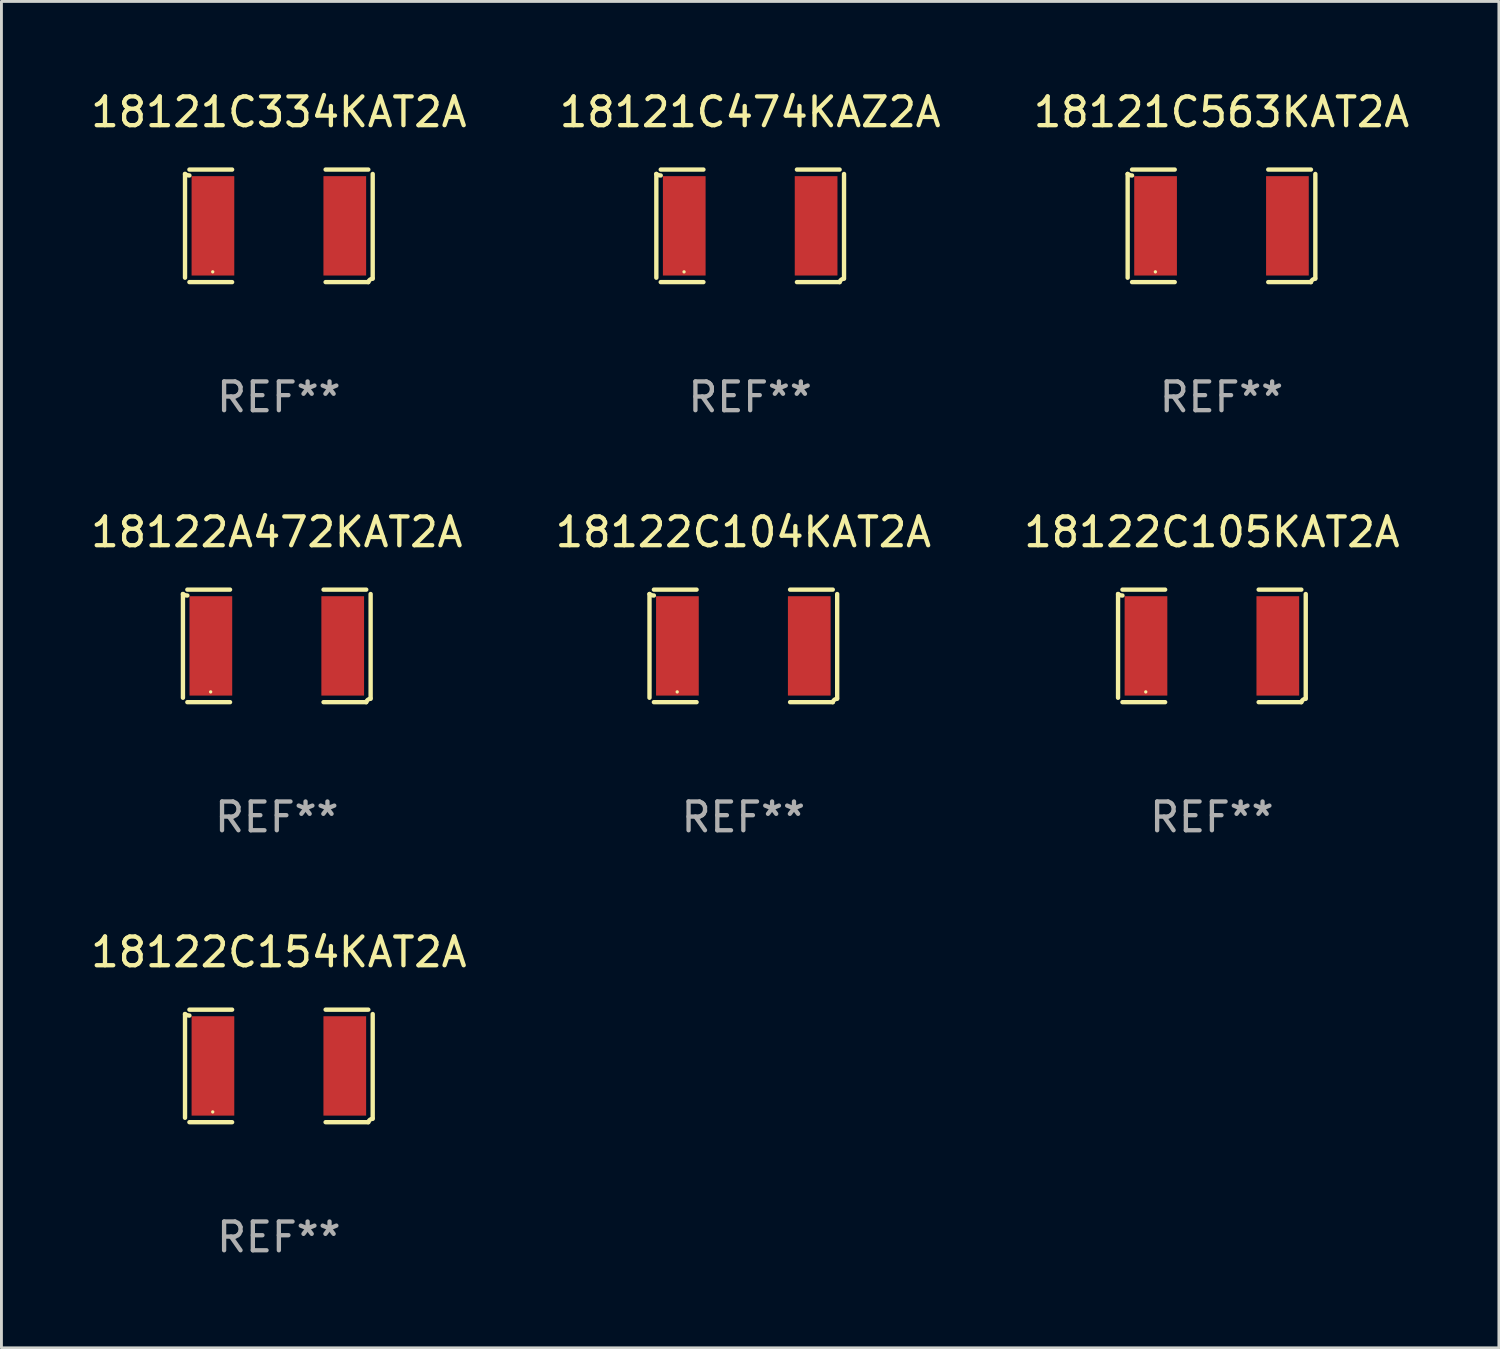
<source format=kicad_pcb>
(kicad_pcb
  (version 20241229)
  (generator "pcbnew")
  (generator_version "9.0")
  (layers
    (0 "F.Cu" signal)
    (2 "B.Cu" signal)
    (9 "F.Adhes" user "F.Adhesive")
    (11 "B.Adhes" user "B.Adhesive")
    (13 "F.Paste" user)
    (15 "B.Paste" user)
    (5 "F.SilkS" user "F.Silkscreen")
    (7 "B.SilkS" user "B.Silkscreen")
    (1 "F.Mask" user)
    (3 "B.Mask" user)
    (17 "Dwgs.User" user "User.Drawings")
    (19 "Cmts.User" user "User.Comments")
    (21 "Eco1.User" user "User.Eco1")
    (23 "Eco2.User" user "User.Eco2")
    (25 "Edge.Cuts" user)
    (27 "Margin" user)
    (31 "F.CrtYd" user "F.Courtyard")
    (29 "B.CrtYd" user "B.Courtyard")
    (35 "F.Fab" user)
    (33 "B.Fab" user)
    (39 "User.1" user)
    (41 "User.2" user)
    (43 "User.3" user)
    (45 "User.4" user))
  (footprint "18121C563KAT2A"
    (layer "F.Cu")
    (at 39.435 4.805)
    (property "Reference" "18121C563KAT2A" (at 0 -3.957 0) (layer "F.SilkS") (effects (font (size 1 1) (thickness 0.15))))
    (attr through_hole)
    (fp_line (start -3.264 1.804) (end -3.264 -1.804) (stroke (width 0.152) (type solid)) (layer "F.SilkS"))
    (fp_line (start -3.111 -1.957) (end -1.626 -1.957) (stroke (width 0.152) (type solid)) (layer "F.SilkS"))
    (fp_line (start -1.626 1.957) (end -3.111 1.957) (stroke (width 0.152) (type solid)) (layer "F.SilkS"))
    (fp_line (start 1.626 1.957) (end 3.111 1.957) (stroke (width 0.152) (type solid)) (layer "F.SilkS"))
    (fp_line (start 3.111 -1.957) (end 1.626 -1.957) (stroke (width 0.152) (type solid)) (layer "F.SilkS"))
    (fp_line (start 3.264 1.804) (end 3.264 -1.804) (stroke (width 0.152) (type solid)) (layer "F.SilkS"))
    (fp_arc (start -3.111202 -1.752192) (mid -3.191715 -1.76555) (end -3.263602 -1.804191) (stroke (width 0.1524) (type solid)) (layer "F.SilkS"))
    (fp_arc (start 3.111201 1.956591) (mid 3.167789 1.872777) (end 3.263602 1.840424) (stroke (width 0.1524) (type solid)) (layer "F.SilkS"))
    (fp_circle (center -2.3 1.6) (end -2.27 1.6) (stroke (width 0.06) (type solid)) (fill no) (layer "F.SilkS"))
    (fp_text user "REF**" (at 0 5.957 0) (layer "F.Fab") (effects (font (size 1 1) (thickness 0.15))))
    (pad "1" smd rect (at -2.293 0) (size 1.485 3.456) (layers "F.Cu" "F.Mask" "F.Paste"))
    (pad "2" smd rect (at 2.293 0) (size 1.485 3.456) (layers "F.Cu" "F.Mask" "F.Paste")))
  (footprint "18122A472KAT2A"
    (layer "F.Cu")
    (at 6.577 19.415)
    (property "Reference" "18122A472KAT2A" (at 0 -3.957 0) (layer "F.SilkS") (effects (font (size 1 1) (thickness 0.15))))
    (attr through_hole)
    (fp_line (start -3.264 1.804) (end -3.264 -1.804) (stroke (width 0.152) (type solid)) (layer "F.SilkS"))
    (fp_line (start -3.111 -1.957) (end -1.626 -1.957) (stroke (width 0.152) (type solid)) (layer "F.SilkS"))
    (fp_line (start -1.626 1.957) (end -3.111 1.957) (stroke (width 0.152) (type solid)) (layer "F.SilkS"))
    (fp_line (start 1.626 1.957) (end 3.111 1.957) (stroke (width 0.152) (type solid)) (layer "F.SilkS"))
    (fp_line (start 3.111 -1.957) (end 1.626 -1.957) (stroke (width 0.152) (type solid)) (layer "F.SilkS"))
    (fp_line (start 3.264 1.804) (end 3.264 -1.804) (stroke (width 0.152) (type solid)) (layer "F.SilkS"))
    (fp_arc (start -3.111202 -1.752192) (mid -3.191715 -1.76555) (end -3.263602 -1.804191) (stroke (width 0.1524) (type solid)) (layer "F.SilkS"))
    (fp_arc (start 3.111201 1.956591) (mid 3.167789 1.872777) (end 3.263602 1.840424) (stroke (width 0.1524) (type solid)) (layer "F.SilkS"))
    (fp_circle (center -2.3 1.6) (end -2.27 1.6) (stroke (width 0.06) (type solid)) (fill no) (layer "F.SilkS"))
    (fp_text user "REF**" (at 0 5.957 0) (layer "F.Fab") (effects (font (size 1 1) (thickness 0.15))))
    (pad "1" smd rect (at -2.293 0) (size 1.485 3.456) (layers "F.Cu" "F.Mask" "F.Paste"))
    (pad "2" smd rect (at 2.293 0) (size 1.485 3.456) (layers "F.Cu" "F.Mask" "F.Paste")))
  (footprint "18122C105KAT2A"
    (layer "F.Cu")
    (at 39.101 19.415)
    (property "Reference" "18122C105KAT2A" (at 0 -3.957 0) (layer "F.SilkS") (effects (font (size 1 1) (thickness 0.15))))
    (attr through_hole)
    (fp_line (start -3.264 1.804) (end -3.264 -1.804) (stroke (width 0.152) (type solid)) (layer "F.SilkS"))
    (fp_line (start -3.111 -1.957) (end -1.626 -1.957) (stroke (width 0.152) (type solid)) (layer "F.SilkS"))
    (fp_line (start -1.626 1.957) (end -3.111 1.957) (stroke (width 0.152) (type solid)) (layer "F.SilkS"))
    (fp_line (start 1.626 1.957) (end 3.111 1.957) (stroke (width 0.152) (type solid)) (layer "F.SilkS"))
    (fp_line (start 3.111 -1.957) (end 1.626 -1.957) (stroke (width 0.152) (type solid)) (layer "F.SilkS"))
    (fp_line (start 3.264 1.804) (end 3.264 -1.804) (stroke (width 0.152) (type solid)) (layer "F.SilkS"))
    (fp_arc (start -3.111202 -1.752192) (mid -3.191715 -1.76555) (end -3.263602 -1.804191) (stroke (width 0.1524) (type solid)) (layer "F.SilkS"))
    (fp_arc (start 3.111201 1.956591) (mid 3.167789 1.872777) (end 3.263602 1.840424) (stroke (width 0.1524) (type solid)) (layer "F.SilkS"))
    (fp_circle (center -2.3 1.6) (end -2.27 1.6) (stroke (width 0.06) (type solid)) (fill no) (layer "F.SilkS"))
    (fp_text user "REF**" (at 0 5.957 0) (layer "F.Fab") (effects (font (size 1 1) (thickness 0.15))))
    (pad "1" smd rect (at -2.293 0) (size 1.485 3.456) (layers "F.Cu" "F.Mask" "F.Paste"))
    (pad "2" smd rect (at 2.293 0) (size 1.485 3.456) (layers "F.Cu" "F.Mask" "F.Paste")))
  (footprint "18122C154KAT2A"
    (layer "F.Cu")
    (at 6.649 34.024)
    (property "Reference" "18122C154KAT2A" (at 0 -3.957 0) (layer "F.SilkS") (effects (font (size 1 1) (thickness 0.15))))
    (attr through_hole)
    (fp_line (start -3.264 1.804) (end -3.264 -1.804) (stroke (width 0.152) (type solid)) (layer "F.SilkS"))
    (fp_line (start -3.111 -1.957) (end -1.626 -1.957) (stroke (width 0.152) (type solid)) (layer "F.SilkS"))
    (fp_line (start -1.626 1.957) (end -3.111 1.957) (stroke (width 0.152) (type solid)) (layer "F.SilkS"))
    (fp_line (start 1.626 1.957) (end 3.111 1.957) (stroke (width 0.152) (type solid)) (layer "F.SilkS"))
    (fp_line (start 3.111 -1.957) (end 1.626 -1.957) (stroke (width 0.152) (type solid)) (layer "F.SilkS"))
    (fp_line (start 3.264 1.804) (end 3.264 -1.804) (stroke (width 0.152) (type solid)) (layer "F.SilkS"))
    (fp_arc (start -3.111202 -1.752192) (mid -3.191715 -1.76555) (end -3.263602 -1.804191) (stroke (width 0.1524) (type solid)) (layer "F.SilkS"))
    (fp_arc (start 3.111201 1.956591) (mid 3.167789 1.872777) (end 3.263602 1.840424) (stroke (width 0.1524) (type solid)) (layer "F.SilkS"))
    (fp_circle (center -2.3 1.6) (end -2.27 1.6) (stroke (width 0.06) (type solid)) (fill no) (layer "F.SilkS"))
    (fp_text user "REF**" (at 0 5.957 0) (layer "F.Fab") (effects (font (size 1 1) (thickness 0.15))))
    (pad "1" smd rect (at -2.293 0) (size 1.485 3.456) (layers "F.Cu" "F.Mask" "F.Paste"))
    (pad "2" smd rect (at 2.293 0) (size 1.485 3.456) (layers "F.Cu" "F.Mask" "F.Paste")))
  (footprint "18121C334KAT2A"
    (layer "F.Cu")
    (at 6.649 4.805)
    (property "Reference" "18121C334KAT2A" (at 0 -3.957 0) (layer "F.SilkS") (effects (font (size 1 1) (thickness 0.15))))
    (attr through_hole)
    (fp_line (start -3.264 1.804) (end -3.264 -1.804) (stroke (width 0.152) (type solid)) (layer "F.SilkS"))
    (fp_line (start -3.111 -1.957) (end -1.626 -1.957) (stroke (width 0.152) (type solid)) (layer "F.SilkS"))
    (fp_line (start -1.626 1.957) (end -3.111 1.957) (stroke (width 0.152) (type solid)) (layer "F.SilkS"))
    (fp_line (start 1.626 1.957) (end 3.111 1.957) (stroke (width 0.152) (type solid)) (layer "F.SilkS"))
    (fp_line (start 3.111 -1.957) (end 1.626 -1.957) (stroke (width 0.152) (type solid)) (layer "F.SilkS"))
    (fp_line (start 3.264 1.804) (end 3.264 -1.804) (stroke (width 0.152) (type solid)) (layer "F.SilkS"))
    (fp_arc (start -3.111202 -1.752192) (mid -3.191715 -1.76555) (end -3.263602 -1.804191) (stroke (width 0.1524) (type solid)) (layer "F.SilkS"))
    (fp_arc (start 3.111201 1.956591) (mid 3.167789 1.872777) (end 3.263602 1.840424) (stroke (width 0.1524) (type solid)) (layer "F.SilkS"))
    (fp_circle (center -2.3 1.6) (end -2.27 1.6) (stroke (width 0.06) (type solid)) (fill no) (layer "F.SilkS"))
    (fp_text user "REF**" (at 0 5.957 0) (layer "F.Fab") (effects (font (size 1 1) (thickness 0.15))))
    (pad "1" smd rect (at -2.293 0) (size 1.485 3.456) (layers "F.Cu" "F.Mask" "F.Paste"))
    (pad "2" smd rect (at 2.293 0) (size 1.485 3.456) (layers "F.Cu" "F.Mask" "F.Paste")))
  (footprint "18122C104KAT2A"
    (layer "F.Cu")
    (at 22.804 19.415)
    (property "Reference" "18122C104KAT2A" (at 0 -3.957 0) (layer "F.SilkS") (effects (font (size 1 1) (thickness 0.15))))
    (attr through_hole)
    (fp_line (start -3.264 1.804) (end -3.264 -1.804) (stroke (width 0.152) (type solid)) (layer "F.SilkS"))
    (fp_line (start -3.111 -1.957) (end -1.626 -1.957) (stroke (width 0.152) (type solid)) (layer "F.SilkS"))
    (fp_line (start -1.626 1.957) (end -3.111 1.957) (stroke (width 0.152) (type solid)) (layer "F.SilkS"))
    (fp_line (start 1.626 1.957) (end 3.111 1.957) (stroke (width 0.152) (type solid)) (layer "F.SilkS"))
    (fp_line (start 3.111 -1.957) (end 1.626 -1.957) (stroke (width 0.152) (type solid)) (layer "F.SilkS"))
    (fp_line (start 3.264 1.804) (end 3.264 -1.804) (stroke (width 0.152) (type solid)) (layer "F.SilkS"))
    (fp_arc (start -3.111202 -1.752192) (mid -3.191715 -1.76555) (end -3.263602 -1.804191) (stroke (width 0.1524) (type solid)) (layer "F.SilkS"))
    (fp_arc (start 3.111201 1.956591) (mid 3.167789 1.872777) (end 3.263602 1.840424) (stroke (width 0.1524) (type solid)) (layer "F.SilkS"))
    (fp_circle (center -2.3 1.6) (end -2.27 1.6) (stroke (width 0.06) (type solid)) (fill no) (layer "F.SilkS"))
    (fp_text user "REF**" (at 0 5.957 0) (layer "F.Fab") (effects (font (size 1 1) (thickness 0.15))))
    (pad "1" smd rect (at -2.293 0) (size 1.485 3.456) (layers "F.Cu" "F.Mask" "F.Paste"))
    (pad "2" smd rect (at 2.293 0) (size 1.485 3.456) (layers "F.Cu" "F.Mask" "F.Paste")))
  (footprint "18121C474KAZ2A"
    (layer "F.Cu")
    (at 23.042 4.805)
    (property "Reference" "18121C474KAZ2A" (at 0 -3.957 0) (layer "F.SilkS") (effects (font (size 1 1) (thickness 0.15))))
    (attr through_hole)
    (fp_line (start -3.264 1.804) (end -3.264 -1.804) (stroke (width 0.152) (type solid)) (layer "F.SilkS"))
    (fp_line (start -3.111 -1.957) (end -1.626 -1.957) (stroke (width 0.152) (type solid)) (layer "F.SilkS"))
    (fp_line (start -1.626 1.957) (end -3.111 1.957) (stroke (width 0.152) (type solid)) (layer "F.SilkS"))
    (fp_line (start 1.626 1.957) (end 3.111 1.957) (stroke (width 0.152) (type solid)) (layer "F.SilkS"))
    (fp_line (start 3.111 -1.957) (end 1.626 -1.957) (stroke (width 0.152) (type solid)) (layer "F.SilkS"))
    (fp_line (start 3.264 1.804) (end 3.264 -1.804) (stroke (width 0.152) (type solid)) (layer "F.SilkS"))
    (fp_arc (start -3.111202 -1.752192) (mid -3.191715 -1.76555) (end -3.263602 -1.804191) (stroke (width 0.1524) (type solid)) (layer "F.SilkS"))
    (fp_arc (start 3.111201 1.956591) (mid 3.167789 1.872777) (end 3.263602 1.840424) (stroke (width 0.1524) (type solid)) (layer "F.SilkS"))
    (fp_circle (center -2.3 1.6) (end -2.27 1.6) (stroke (width 0.06) (type solid)) (fill no) (layer "F.SilkS"))
    (fp_text user "REF**" (at 0 5.957 0) (layer "F.Fab") (effects (font (size 1 1) (thickness 0.15))))
    (pad "1" smd rect (at -2.293 0) (size 1.485 3.456) (layers "F.Cu" "F.Mask" "F.Paste"))
    (pad "2" smd rect (at 2.293 0) (size 1.485 3.456) (layers "F.Cu" "F.Mask" "F.Paste")))
  (gr_rect
    (start -3 -3)
    (end 49.083 43.829)
    (stroke (width 0.1) (type default))
    (fill no)
    (layer "Edge.Cuts")))
</source>
